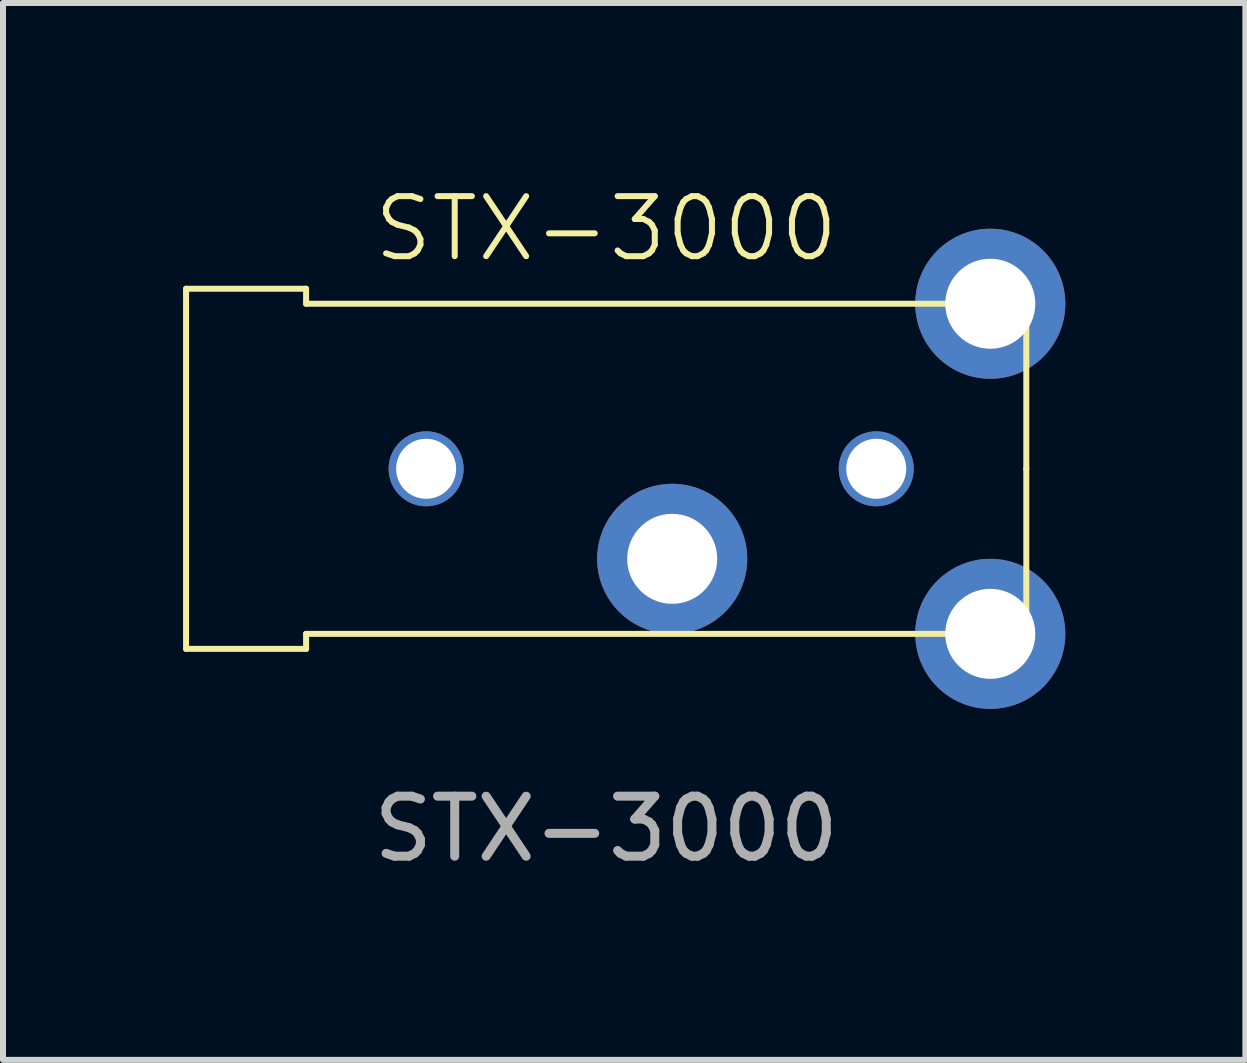
<source format=kicad_pcb>
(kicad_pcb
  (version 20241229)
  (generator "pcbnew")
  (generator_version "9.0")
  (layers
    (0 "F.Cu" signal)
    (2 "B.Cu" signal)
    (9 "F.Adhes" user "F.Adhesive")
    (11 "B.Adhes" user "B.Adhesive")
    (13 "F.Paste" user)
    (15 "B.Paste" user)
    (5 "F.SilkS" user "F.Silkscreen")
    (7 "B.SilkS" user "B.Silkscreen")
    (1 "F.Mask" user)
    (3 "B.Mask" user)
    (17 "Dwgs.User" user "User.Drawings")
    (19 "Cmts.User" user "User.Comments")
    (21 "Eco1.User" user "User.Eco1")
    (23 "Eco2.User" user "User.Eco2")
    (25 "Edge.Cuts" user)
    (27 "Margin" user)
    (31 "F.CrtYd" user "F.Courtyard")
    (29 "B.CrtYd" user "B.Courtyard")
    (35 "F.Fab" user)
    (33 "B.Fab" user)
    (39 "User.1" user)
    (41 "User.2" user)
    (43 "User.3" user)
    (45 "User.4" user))
  (footprint "STX-3000"
    (layer "F.Cu")
    (at 7.05 4.761)
    (property "Reference" "STX-3000" (at 0 -4 0) (unlocked yes) (layer "F.SilkS") (effects (font (size 1 1) (thickness 0.1))))
    (attr through_hole)
    (fp_line (start -7 3) (end -7 -3) (stroke (width 0.1) (type default)) (layer "F.SilkS"))
    (fp_line (start -7 3) (end -5 3) (stroke (width 0.1) (type default)) (layer "F.SilkS"))
    (fp_line (start -5 -3) (end -7 -3) (stroke (width 0.1) (type default)) (layer "F.SilkS"))
    (fp_line (start -5 -3) (end -5 -2.75) (stroke (width 0.1) (type default)) (layer "F.SilkS"))
    (fp_line (start -5 2.75) (end -5 3) (stroke (width 0.1) (type default)) (layer "F.SilkS"))
    (fp_line (start -5 2.75) (end 7 2.75) (stroke (width 0.1) (type default)) (layer "F.SilkS"))
    (fp_line (start 7 -2.75) (end -5 -2.75) (stroke (width 0.1) (type default)) (layer "F.SilkS"))
    (fp_line (start 7 0) (end 7 -2.75) (stroke (width 0.1) (type default)) (layer "F.SilkS"))
    (fp_line (start 7 2.75) (end 7 0) (stroke (width 0.1) (type default)) (layer "F.SilkS"))
    (fp_text user "${REFERENCE}" (at 0 6 0) (unlocked yes) (layer "F.Fab") (effects (font (size 1 1) (thickness 0.15))))
    (pad "" np_thru_hole circle (at -3 0) (size 1.25 1.25) (drill 1) (layers "*.Cu" "*.Mask"))
    (pad "" np_thru_hole circle (at 4.5 0) (size 1.25 1.25) (drill 1) (layers "*.Cu" "*.Mask"))
    (pad "R" thru_hole circle (at 6.4 -2.75) (size 2.5 2.5) (drill 1.5) (layers "*.Cu" "*.Mask"))
    (pad "S" thru_hole circle (at 1.1 1.5) (size 2.5 2.5) (drill 1.5) (layers "*.Cu" "*.Mask"))
    (pad "T" thru_hole circle (at 6.4 2.75) (size 2.5 2.5) (drill 1.5) (layers "*.Cu" "*.Mask")))
  (gr_rect
    (start -3 -3)
    (end 17.7 14.609)
    (stroke (width 0.1) (type default))
    (fill no)
    (layer "Edge.Cuts")))
</source>
